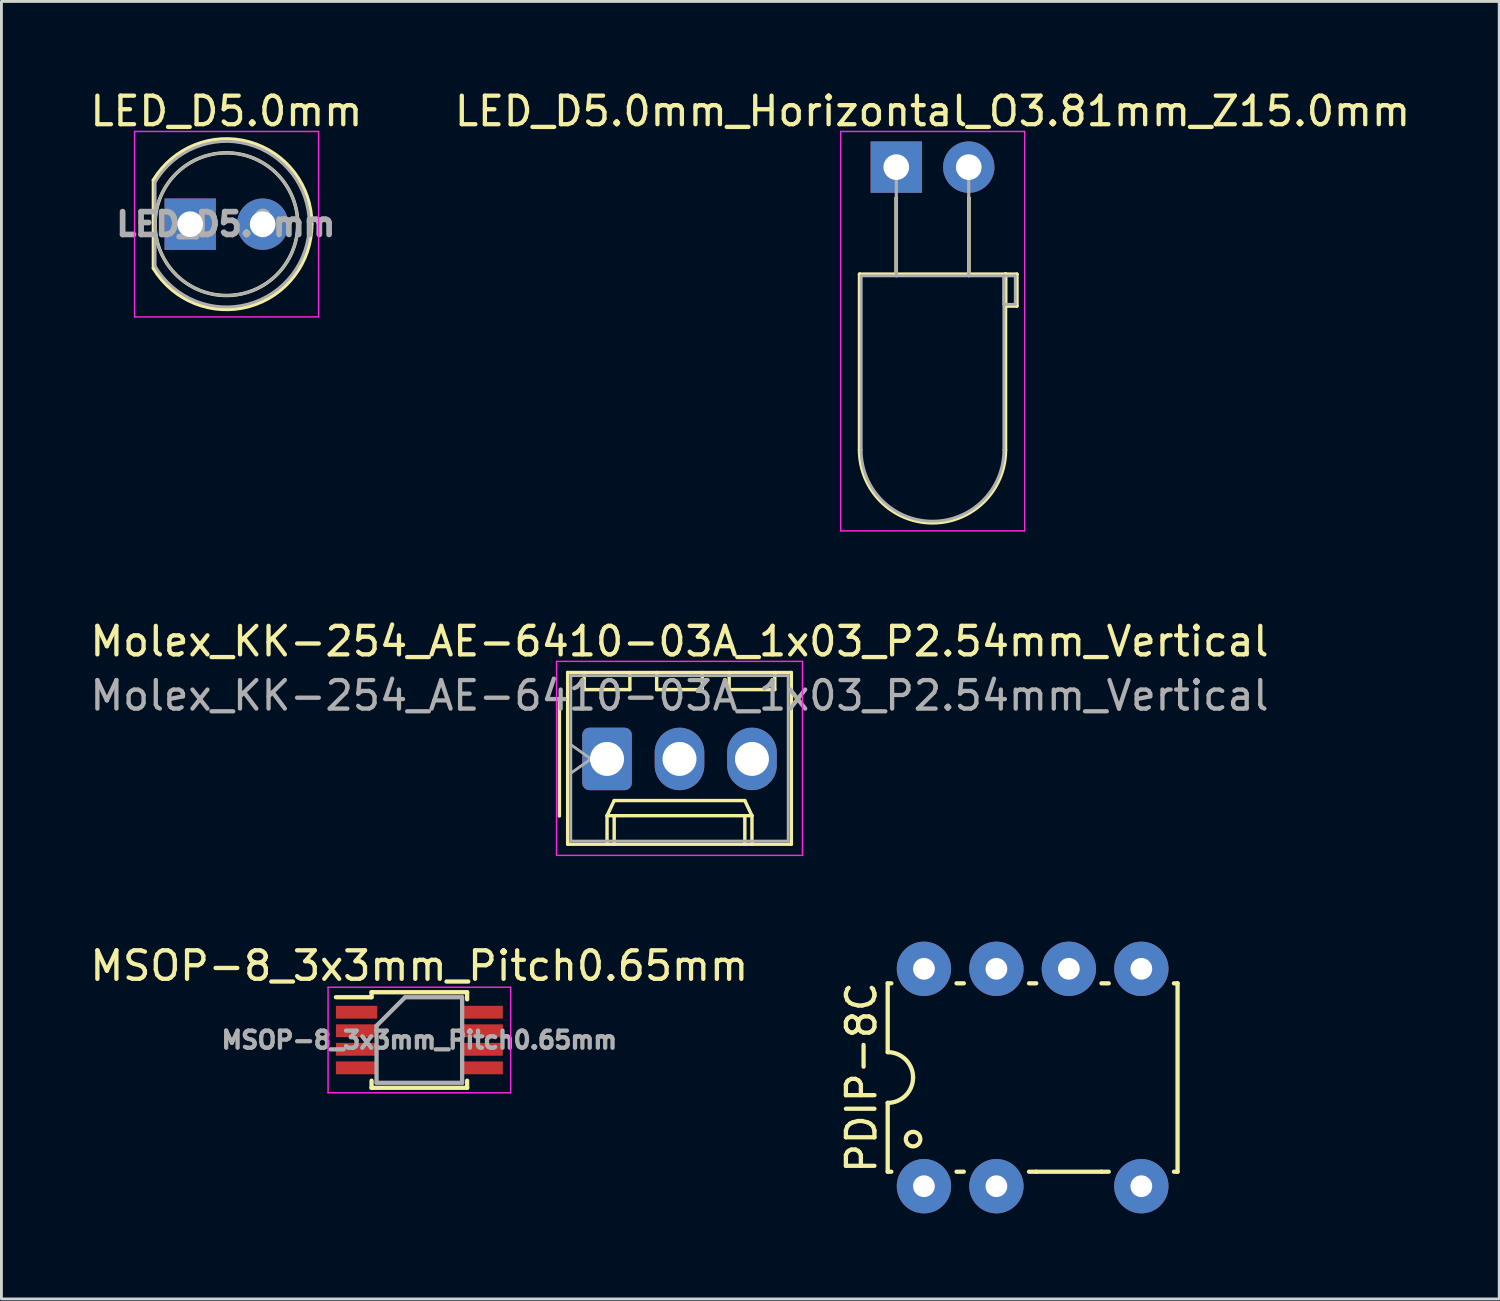
<source format=kicad_pcb>
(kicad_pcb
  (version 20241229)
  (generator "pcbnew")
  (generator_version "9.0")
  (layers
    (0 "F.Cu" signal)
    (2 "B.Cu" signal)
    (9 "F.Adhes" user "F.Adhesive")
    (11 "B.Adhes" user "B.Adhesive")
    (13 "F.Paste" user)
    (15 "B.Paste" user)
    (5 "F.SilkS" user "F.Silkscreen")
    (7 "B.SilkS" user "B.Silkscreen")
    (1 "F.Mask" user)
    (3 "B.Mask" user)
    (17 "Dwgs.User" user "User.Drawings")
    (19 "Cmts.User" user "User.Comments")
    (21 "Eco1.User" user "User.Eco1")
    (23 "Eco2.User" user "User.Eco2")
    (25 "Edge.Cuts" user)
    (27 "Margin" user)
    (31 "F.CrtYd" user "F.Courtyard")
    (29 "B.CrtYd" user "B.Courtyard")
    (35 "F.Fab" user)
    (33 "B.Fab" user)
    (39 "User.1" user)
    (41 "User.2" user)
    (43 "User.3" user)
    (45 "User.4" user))
  (footprint "MSOP-8_3x3mm_Pitch0.65mm"
    (layer "F.Cu")
    (at 11.649 33.405)
    (property "Reference" "MSOP-8_3x3mm_Pitch0.65mm" (at 0 -2.6 0) (layer "F.SilkS") (effects (font (size 1 1) (thickness 0.15))))
    (attr smd)
    (fp_line (start -1.675 -1.675) (end -1.675 -1.5) (stroke (width 0.15) (type solid)) (layer "F.SilkS"))
    (fp_line (start -1.675 -1.675) (end 1.675 -1.675) (stroke (width 0.15) (type solid)) (layer "F.SilkS"))
    (fp_line (start -1.675 -1.5) (end -2.925 -1.5) (stroke (width 0.15) (type solid)) (layer "F.SilkS"))
    (fp_line (start -1.675 1.675) (end -1.675 1.425) (stroke (width 0.15) (type solid)) (layer "F.SilkS"))
    (fp_line (start -1.675 1.675) (end 1.675 1.675) (stroke (width 0.15) (type solid)) (layer "F.SilkS"))
    (fp_line (start 1.675 -1.675) (end 1.675 -1.425) (stroke (width 0.15) (type solid)) (layer "F.SilkS"))
    (fp_line (start 1.675 1.675) (end 1.675 1.425) (stroke (width 0.15) (type solid)) (layer "F.SilkS"))
    (fp_line (start -3.2 -1.85) (end -3.2 1.85) (stroke (width 0.05) (type solid)) (layer "F.CrtYd"))
    (fp_line (start -3.2 -1.85) (end 3.2 -1.85) (stroke (width 0.05) (type solid)) (layer "F.CrtYd"))
    (fp_line (start -3.2 1.85) (end 3.2 1.85) (stroke (width 0.05) (type solid)) (layer "F.CrtYd"))
    (fp_line (start 3.2 -1.85) (end 3.2 1.85) (stroke (width 0.05) (type solid)) (layer "F.CrtYd"))
    (fp_line (start -1.5 -0.5) (end -0.5 -1.5) (stroke (width 0.15) (type solid)) (layer "F.Fab"))
    (fp_line (start -1.5 1.5) (end -1.5 -0.5) (stroke (width 0.15) (type solid)) (layer "F.Fab"))
    (fp_line (start -0.5 -1.5) (end 1.5 -1.5) (stroke (width 0.15) (type solid)) (layer "F.Fab"))
    (fp_line (start 1.5 -1.5) (end 1.5 1.5) (stroke (width 0.15) (type solid)) (layer "F.Fab"))
    (fp_line (start 1.5 1.5) (end -1.5 1.5) (stroke (width 0.15) (type solid)) (layer "F.Fab"))
    (fp_text user "${REFERENCE}" (at 0 0 0) (layer "F.Fab") (effects (font (size 0.6 0.6) (thickness 0.15))))
    (pad "1" smd rect (at -2.2 -0.975) (size 1.45 0.45) (layers "F.Cu" "F.Mask" "F.Paste"))
    (pad "2" smd rect (at -2.2 -0.325) (size 1.45 0.45) (layers "F.Cu" "F.Mask" "F.Paste"))
    (pad "3" smd rect (at -2.2 0.325) (size 1.45 0.45) (layers "F.Cu" "F.Mask" "F.Paste"))
    (pad "4" smd rect (at -2.2 0.975) (size 1.45 0.45) (layers "F.Cu" "F.Mask" "F.Paste"))
    (pad "5" smd rect (at 2.2 0.975) (size 1.45 0.45) (layers "F.Cu" "F.Mask" "F.Paste"))
    (pad "6" smd rect (at 2.2 0.325) (size 1.45 0.45) (layers "F.Cu" "F.Mask" "F.Paste"))
    (pad "7" smd rect (at 2.2 -0.325) (size 1.45 0.45) (layers "F.Cu" "F.Mask" "F.Paste"))
    (pad "8" smd rect (at 2.2 -0.975) (size 1.45 0.45) (layers "F.Cu" "F.Mask" "F.Paste")))
  (footprint "PDIP-8C"
    (layer "F.Cu")
    (at 33.146 34.719)
    (property "Reference" "PDIP-8C" (at -6 0 90) (layer "F.SilkS") (effects (font (size 1 1) (thickness 0.15))))
    (attr through_hole)
    (fp_line (start -5.08 -3.302) (end -4.953 -3.302) (stroke (width 0.15) (type solid)) (layer "F.SilkS"))
    (fp_line (start -5.08 -0.889) (end -5.08 -3.302) (stroke (width 0.15) (type solid)) (layer "F.SilkS"))
    (fp_line (start -5.08 0.889) (end -5.08 3.302) (stroke (width 0.15) (type solid)) (layer "F.SilkS"))
    (fp_line (start -5.08 3.302) (end -4.953 3.302) (stroke (width 0.15) (type solid)) (layer "F.SilkS"))
    (fp_line (start -2.667 -3.302) (end -2.413 -3.302) (stroke (width 0.15) (type solid)) (layer "F.SilkS"))
    (fp_line (start -2.667 3.302) (end -2.413 3.302) (stroke (width 0.15) (type solid)) (layer "F.SilkS"))
    (fp_line (start -0.127 -3.302) (end 0.127 -3.302) (stroke (width 0.15) (type solid)) (layer "F.SilkS"))
    (fp_line (start -0.127 3.302) (end 0.127 3.302) (stroke (width 0.15) (type solid)) (layer "F.SilkS"))
    (fp_line (start 0.127 3.302) (end 2.413 3.302) (stroke (width 0.15) (type solid)) (layer "F.SilkS"))
    (fp_line (start 2.413 -3.302) (end 2.667 -3.302) (stroke (width 0.15) (type solid)) (layer "F.SilkS"))
    (fp_line (start 2.413 3.302) (end 2.667 3.302) (stroke (width 0.15) (type solid)) (layer "F.SilkS"))
    (fp_line (start 5.08 -3.302) (end 4.953 -3.302) (stroke (width 0.15) (type solid)) (layer "F.SilkS"))
    (fp_line (start 5.08 3.302) (end 4.953 3.302) (stroke (width 0.15) (type solid)) (layer "F.SilkS"))
    (fp_line (start 5.08 3.302) (end 5.08 -3.302) (stroke (width 0.15) (type solid)) (layer "F.SilkS"))
    (fp_arc (start -5.08 -0.889) (mid -4.451382 -0.628618) (end -4.191 0) (stroke (width 0.15) (type solid)) (layer "F.SilkS"))
    (fp_arc (start -4.191 0) (mid -4.451382 0.628618) (end -5.08 0.889) (stroke (width 0.15) (type solid)) (layer "F.SilkS"))
    (fp_circle (center -4.191 2.159) (end -3.937 2.159) (stroke (width 0.15) (type solid)) (fill no) (layer "F.SilkS"))
    (pad "1" thru_hole circle (at -3.81 3.81) (size 1.905 1.905) (drill 0.762) (layers "*.Cu" "*.Mask"))
    (pad "2" thru_hole circle (at -1.27 3.81) (size 1.905 1.905) (drill 0.762) (layers "*.Cu" "*.Mask"))
    (pad "4" thru_hole circle (at 3.81 3.81) (size 1.905 1.905) (drill 0.762) (layers "*.Cu" "*.Mask"))
    (pad "5" thru_hole circle (at 3.81 -3.81) (size 1.905 1.905) (drill 0.762) (layers "*.Cu" "*.Mask"))
    (pad "6" thru_hole circle (at 1.27 -3.81) (size 1.905 1.905) (drill 0.762) (layers "*.Cu" "*.Mask"))
    (pad "7" thru_hole circle (at -1.27 -3.81) (size 1.905 1.905) (drill 0.762) (layers "*.Cu" "*.Mask"))
    (pad "8" thru_hole circle (at -3.81 -3.81) (size 1.905 1.905) (drill 0.762) (layers "*.Cu" "*.Mask")))
  (footprint "LED_D5.0mm"
    (layer "F.Cu")
    (at 3.617 4.808)
    (property "Reference" "LED_D5.0mm" (at 1.27 -3.96 0) (layer "F.SilkS") (effects (font (size 1 1) (thickness 0.15))))
    (attr through_hole)
    (fp_line (start -1.29 -1.545) (end -1.29 1.545) (stroke (width 0.12) (type solid)) (layer "F.SilkS"))
    (fp_arc (start -1.29 -1.54483) (mid 2.072002 -2.880433) (end 4.26 0.000462) (stroke (width 0.12) (type solid)) (layer "F.SilkS"))
    (fp_arc (start 4.26 -0.000462) (mid 2.072002 2.880433) (end -1.29 1.54483) (stroke (width 0.12) (type solid)) (layer "F.SilkS"))
    (fp_circle (center 1.27 0) (end 3.77 0) (stroke (width 0.12) (type solid)) (fill no) (layer "F.SilkS"))
    (fp_line (start -1.95 -3.25) (end -1.95 3.25) (stroke (width 0.05) (type solid)) (layer "F.CrtYd"))
    (fp_line (start -1.95 3.25) (end 4.5 3.25) (stroke (width 0.05) (type solid)) (layer "F.CrtYd"))
    (fp_line (start 4.5 -3.25) (end -1.95 -3.25) (stroke (width 0.05) (type solid)) (layer "F.CrtYd"))
    (fp_line (start 4.5 3.25) (end 4.5 -3.25) (stroke (width 0.05) (type solid)) (layer "F.CrtYd"))
    (fp_line (start -1.23 -1.47) (end -1.23 1.47) (stroke (width 0.1) (type solid)) (layer "F.Fab"))
    (fp_arc (start -1.23 -1.469694) (mid 4.17 0.000016) (end -1.230016 1.469666) (stroke (width 0.1) (type solid)) (layer "F.Fab"))
    (fp_circle (center 1.27 0) (end 3.77 0) (stroke (width 0.1) (type solid)) (fill no) (layer "F.Fab"))
    (fp_text user "${REFERENCE}" (at 1.25 0 0) (layer "F.Fab") (effects (font (size 0.8 0.8) (thickness 0.2))))
    (pad "1" thru_hole rect (at 0 0) (size 1.8 1.8) (drill 0.9) (layers "*.Cu" "*.Mask"))
    (pad "2" thru_hole circle (at 2.54 0) (size 1.8 1.8) (drill 0.9) (layers "*.Cu" "*.Mask")))
  (footprint "LED_D5.0mm_Horizontal_O3.81mm_Z15.0mm"
    (layer "F.Cu")
    (at 28.367 2.808)
    (property "Reference" "LED_D5.0mm_Horizontal_O3.81mm_Z15.0mm" (at 1.27 -1.96 0) (layer "F.SilkS") (effects (font (size 1 1) (thickness 0.15))))
    (attr through_hole)
    (fp_line (start -1.29 3.75) (end -1.29 9.91) (stroke (width 0.12) (type solid)) (layer "F.SilkS"))
    (fp_line (start -1.29 3.75) (end 3.83 3.75) (stroke (width 0.12) (type solid)) (layer "F.SilkS"))
    (fp_line (start 0 1.08) (end 0 1.08) (stroke (width 0.12) (type solid)) (layer "F.SilkS"))
    (fp_line (start 0 1.08) (end 0 3.75) (stroke (width 0.12) (type solid)) (layer "F.SilkS"))
    (fp_line (start 0 3.75) (end 0 1.08) (stroke (width 0.12) (type solid)) (layer "F.SilkS"))
    (fp_line (start 0 3.75) (end 0 3.75) (stroke (width 0.12) (type solid)) (layer "F.SilkS"))
    (fp_line (start 2.54 1.08) (end 2.54 1.08) (stroke (width 0.12) (type solid)) (layer "F.SilkS"))
    (fp_line (start 2.54 1.08) (end 2.54 3.75) (stroke (width 0.12) (type solid)) (layer "F.SilkS"))
    (fp_line (start 2.54 3.75) (end 2.54 1.08) (stroke (width 0.12) (type solid)) (layer "F.SilkS"))
    (fp_line (start 2.54 3.75) (end 2.54 3.75) (stroke (width 0.12) (type solid)) (layer "F.SilkS"))
    (fp_line (start 3.83 3.75) (end 3.83 9.91) (stroke (width 0.12) (type solid)) (layer "F.SilkS"))
    (fp_line (start 3.83 3.75) (end 4.23 3.75) (stroke (width 0.12) (type solid)) (layer "F.SilkS"))
    (fp_line (start 3.83 4.87) (end 3.83 3.75) (stroke (width 0.12) (type solid)) (layer "F.SilkS"))
    (fp_line (start 4.23 3.75) (end 4.23 4.87) (stroke (width 0.12) (type solid)) (layer "F.SilkS"))
    (fp_line (start 4.23 4.87) (end 3.83 4.87) (stroke (width 0.12) (type solid)) (layer "F.SilkS"))
    (fp_arc (start 3.83 9.91) (mid 1.27 12.47) (end -1.29 9.91) (stroke (width 0.12) (type solid)) (layer "F.SilkS"))
    (fp_line (start -1.95 -1.25) (end -1.95 12.75) (stroke (width 0.05) (type solid)) (layer "F.CrtYd"))
    (fp_line (start -1.95 12.75) (end 4.5 12.75) (stroke (width 0.05) (type solid)) (layer "F.CrtYd"))
    (fp_line (start 4.5 -1.25) (end -1.95 -1.25) (stroke (width 0.05) (type solid)) (layer "F.CrtYd"))
    (fp_line (start 4.5 12.75) (end 4.5 -1.25) (stroke (width 0.05) (type solid)) (layer "F.CrtYd"))
    (fp_line (start -1.23 3.81) (end -1.23 9.91) (stroke (width 0.1) (type solid)) (layer "F.Fab"))
    (fp_line (start -1.23 3.81) (end 3.77 3.81) (stroke (width 0.1) (type solid)) (layer "F.Fab"))
    (fp_line (start 0 0) (end 0 0) (stroke (width 0.1) (type solid)) (layer "F.Fab"))
    (fp_line (start 0 0) (end 0 3.81) (stroke (width 0.1) (type solid)) (layer "F.Fab"))
    (fp_line (start 0 3.81) (end 0 0) (stroke (width 0.1) (type solid)) (layer "F.Fab"))
    (fp_line (start 0 3.81) (end 0 3.81) (stroke (width 0.1) (type solid)) (layer "F.Fab"))
    (fp_line (start 2.54 0) (end 2.54 0) (stroke (width 0.1) (type solid)) (layer "F.Fab"))
    (fp_line (start 2.54 0) (end 2.54 3.81) (stroke (width 0.1) (type solid)) (layer "F.Fab"))
    (fp_line (start 2.54 3.81) (end 2.54 0) (stroke (width 0.1) (type solid)) (layer "F.Fab"))
    (fp_line (start 2.54 3.81) (end 2.54 3.81) (stroke (width 0.1) (type solid)) (layer "F.Fab"))
    (fp_line (start 3.77 3.81) (end 3.77 9.91) (stroke (width 0.1) (type solid)) (layer "F.Fab"))
    (fp_line (start 3.77 3.81) (end 4.17 3.81) (stroke (width 0.1) (type solid)) (layer "F.Fab"))
    (fp_line (start 3.77 4.81) (end 3.77 3.81) (stroke (width 0.1) (type solid)) (layer "F.Fab"))
    (fp_line (start 4.17 3.81) (end 4.17 4.81) (stroke (width 0.1) (type solid)) (layer "F.Fab"))
    (fp_line (start 4.17 4.81) (end 3.77 4.81) (stroke (width 0.1) (type solid)) (layer "F.Fab"))
    (fp_arc (start 3.77 9.91) (mid 1.27 12.41) (end -1.23 9.91) (stroke (width 0.1) (type solid)) (layer "F.Fab"))
    (pad "1" thru_hole rect (at 0 0) (size 1.8 1.8) (drill 0.9) (layers "*.Cu" "*.Mask"))
    (pad "2" thru_hole circle (at 2.54 0) (size 1.8 1.8) (drill 0.9) (layers "*.Cu" "*.Mask")))
  (footprint "Molex_KK-254_AE-6410-03A_1x03_P2.54mm_Vertical"
    (layer "F.Cu")
    (at 18.228 23.552)
    (property "Reference" "Molex_KK-254_AE-6410-03A_1x03_P2.54mm_Vertical" (at 2.54 -4.12 0) (layer "F.SilkS") (effects (font (size 1 1) (thickness 0.15))))
    (attr through_hole)
    (fp_line (start -1.67 -2) (end -1.67 2) (stroke (width 0.12) (type solid)) (layer "F.SilkS"))
    (fp_line (start -1.38 -3.03) (end -1.38 2.99) (stroke (width 0.12) (type solid)) (layer "F.SilkS"))
    (fp_line (start -1.38 2.99) (end 6.46 2.99) (stroke (width 0.12) (type solid)) (layer "F.SilkS"))
    (fp_line (start -0.8 -3.03) (end -0.8 -2.43) (stroke (width 0.12) (type solid)) (layer "F.SilkS"))
    (fp_line (start -0.8 -2.43) (end 0.8 -2.43) (stroke (width 0.12) (type solid)) (layer "F.SilkS"))
    (fp_line (start 0 1.99) (end 0.25 1.46) (stroke (width 0.12) (type solid)) (layer "F.SilkS"))
    (fp_line (start 0 1.99) (end 5.08 1.99) (stroke (width 0.12) (type solid)) (layer "F.SilkS"))
    (fp_line (start 0 2.99) (end 0 1.99) (stroke (width 0.12) (type solid)) (layer "F.SilkS"))
    (fp_line (start 0.25 1.46) (end 4.83 1.46) (stroke (width 0.12) (type solid)) (layer "F.SilkS"))
    (fp_line (start 0.25 2.99) (end 0.25 1.99) (stroke (width 0.12) (type solid)) (layer "F.SilkS"))
    (fp_line (start 0.8 -2.43) (end 0.8 -3.03) (stroke (width 0.12) (type solid)) (layer "F.SilkS"))
    (fp_line (start 1.74 -3.03) (end 1.74 -2.43) (stroke (width 0.12) (type solid)) (layer "F.SilkS"))
    (fp_line (start 1.74 -2.43) (end 3.34 -2.43) (stroke (width 0.12) (type solid)) (layer "F.SilkS"))
    (fp_line (start 3.34 -2.43) (end 3.34 -3.03) (stroke (width 0.12) (type solid)) (layer "F.SilkS"))
    (fp_line (start 4.28 -3.03) (end 4.28 -2.43) (stroke (width 0.12) (type solid)) (layer "F.SilkS"))
    (fp_line (start 4.28 -2.43) (end 5.88 -2.43) (stroke (width 0.12) (type solid)) (layer "F.SilkS"))
    (fp_line (start 4.83 1.46) (end 5.08 1.99) (stroke (width 0.12) (type solid)) (layer "F.SilkS"))
    (fp_line (start 4.83 2.99) (end 4.83 1.99) (stroke (width 0.12) (type solid)) (layer "F.SilkS"))
    (fp_line (start 5.08 1.99) (end 5.08 2.99) (stroke (width 0.12) (type solid)) (layer "F.SilkS"))
    (fp_line (start 5.88 -2.43) (end 5.88 -3.03) (stroke (width 0.12) (type solid)) (layer "F.SilkS"))
    (fp_line (start 6.46 -3.03) (end -1.38 -3.03) (stroke (width 0.12) (type solid)) (layer "F.SilkS"))
    (fp_line (start 6.46 2.99) (end 6.46 -3.03) (stroke (width 0.12) (type solid)) (layer "F.SilkS"))
    (fp_line (start -1.77 -3.42) (end -1.77 3.38) (stroke (width 0.05) (type solid)) (layer "F.CrtYd"))
    (fp_line (start -1.77 3.38) (end 6.85 3.38) (stroke (width 0.05) (type solid)) (layer "F.CrtYd"))
    (fp_line (start 6.85 -3.42) (end -1.77 -3.42) (stroke (width 0.05) (type solid)) (layer "F.CrtYd"))
    (fp_line (start 6.85 3.38) (end 6.85 -3.42) (stroke (width 0.05) (type solid)) (layer "F.CrtYd"))
    (fp_line (start -1.27 -2.92) (end -1.27 2.88) (stroke (width 0.1) (type solid)) (layer "F.Fab"))
    (fp_line (start -1.27 -0.5) (end -0.563 0) (stroke (width 0.1) (type solid)) (layer "F.Fab"))
    (fp_line (start -1.27 2.88) (end 6.35 2.88) (stroke (width 0.1) (type solid)) (layer "F.Fab"))
    (fp_line (start -0.563 0) (end -1.27 0.5) (stroke (width 0.1) (type solid)) (layer "F.Fab"))
    (fp_line (start 6.35 -2.92) (end -1.27 -2.92) (stroke (width 0.1) (type solid)) (layer "F.Fab"))
    (fp_line (start 6.35 2.88) (end 6.35 -2.92) (stroke (width 0.1) (type solid)) (layer "F.Fab"))
    (fp_text user "${REFERENCE}" (at 2.54 -2.22 0) (layer "F.Fab") (effects (font (size 1 1) (thickness 0.15))))
    (pad "1" thru_hole roundrect (at 0 0) (size 1.74 2.19) (drill 1.19) (layers "*.Cu" "*.Mask") (roundrect_rratio 0.144))
    (pad "2" thru_hole oval (at 2.54 0) (size 1.74 2.19) (drill 1.19) (layers "*.Cu" "*.Mask"))
    (pad "3" thru_hole oval (at 5.08 0) (size 1.74 2.19) (drill 1.19) (layers "*.Cu" "*.Mask")))
  (gr_rect
    (start -3 -3)
    (end 49.5 42.481)
    (stroke (width 0.1) (type default))
    (fill no)
    (layer "Edge.Cuts")))
</source>
